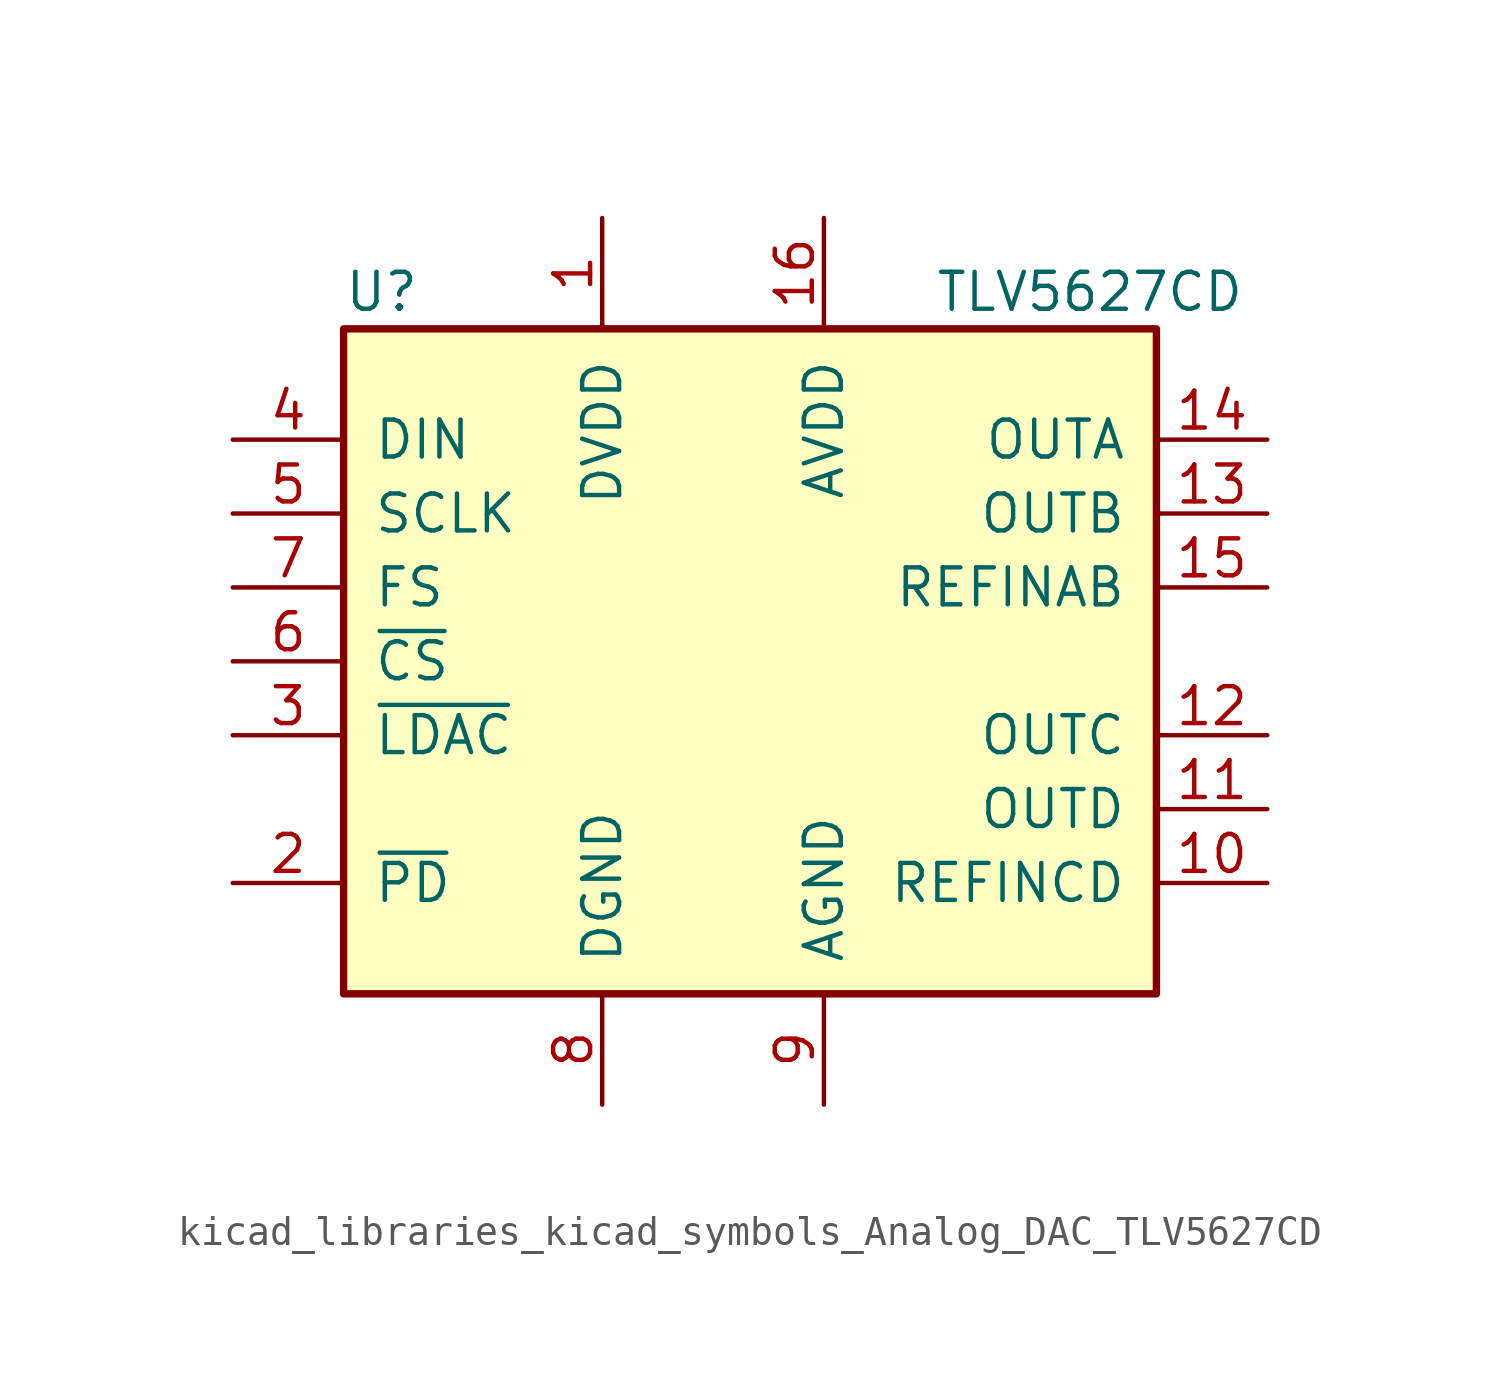
<source format=kicad_sym>
(kicad_symbol_lib
  (version 20220914)
  (generator kicad_symbol_editor)
  (symbol "kicad_libraries_kicad_symbols_Analog_DAC_TLV5627CD"
    (pin_names
      (offset 1.016))
    (property "Reference" "U"
      (at -13.97 12.7 0)
      (effects (font (size 1.27 1.27)) (justify left)))
    (property "Value" "TLV5627CD"
      (at 6.35 12.7 0)
      (effects (font (size 1.27 1.27)) (justify left)))
    (symbol "kicad_libraries_kicad_symbols_Analog_DAC_TLV5627CD_0_1"
      (rectangle (start -13.97 11.43) (end 13.97 -11.43) (stroke (width 0.254) (type default)) (fill (type background))))
    (symbol "kicad_libraries_kicad_symbols_Analog_DAC_TLV5627CD_1_1"
      (pin power_in line (at -5.08 15.24 270) (length 3.81) (name "DVDD" (effects (font (size 1.27 1.27)))) (number "1" (effects (font (size 1.27 1.27)))))
      (pin input line (at 17.78 -7.62 180) (length 3.81) (name "REFINCD" (effects (font (size 1.27 1.27)))) (number "10" (effects (font (size 1.27 1.27)))))
      (pin output line (at 17.78 -5.08 180) (length 3.81) (name "OUTD" (effects (font (size 1.27 1.27)))) (number "11" (effects (font (size 1.27 1.27)))))
      (pin output line (at 17.78 -2.54 180) (length 3.81) (name "OUTC" (effects (font (size 1.27 1.27)))) (number "12" (effects (font (size 1.27 1.27)))))
      (pin output line (at 17.78 5.08 180) (length 3.81) (name "OUTB" (effects (font (size 1.27 1.27)))) (number "13" (effects (font (size 1.27 1.27)))))
      (pin output line (at 17.78 7.62 180) (length 3.81) (name "OUTA" (effects (font (size 1.27 1.27)))) (number "14" (effects (font (size 1.27 1.27)))))
      (pin input line (at 17.78 2.54 180) (length 3.81) (name "REFINAB" (effects (font (size 1.27 1.27)))) (number "15" (effects (font (size 1.27 1.27)))))
      (pin power_in line (at 2.54 15.24 270) (length 3.81) (name "AVDD" (effects (font (size 1.27 1.27)))) (number "16" (effects (font (size 1.27 1.27)))))
      (pin input line (at -17.78 -7.62 0) (length 3.81) (name "~{PD}" (effects (font (size 1.27 1.27)))) (number "2" (effects (font (size 1.27 1.27)))))
      (pin input line (at -17.78 -2.54 0) (length 3.81) (name "~{LDAC}" (effects (font (size 1.27 1.27)))) (number "3" (effects (font (size 1.27 1.27)))))
      (pin input line (at -17.78 7.62 0) (length 3.81) (name "DIN" (effects (font (size 1.27 1.27)))) (number "4" (effects (font (size 1.27 1.27)))))
      (pin input line (at -17.78 5.08 0) (length 3.81) (name "SCLK" (effects (font (size 1.27 1.27)))) (number "5" (effects (font (size 1.27 1.27)))))
      (pin input line (at -17.78 0 0) (length 3.81) (name "~{CS}" (effects (font (size 1.27 1.27)))) (number "6" (effects (font (size 1.27 1.27)))))
      (pin input line (at -17.78 2.54 0) (length 3.81) (name "FS" (effects (font (size 1.27 1.27)))) (number "7" (effects (font (size 1.27 1.27)))))
      (pin power_in line (at -5.08 -15.24 90) (length 3.81) (name "DGND" (effects (font (size 1.27 1.27)))) (number "8" (effects (font (size 1.27 1.27)))))
      (pin power_in line (at 2.54 -15.24 90) (length 3.81) (name "AGND" (effects (font (size 1.27 1.27)))) (number "9" (effects (font (size 1.27 1.27))))))))
</source>
